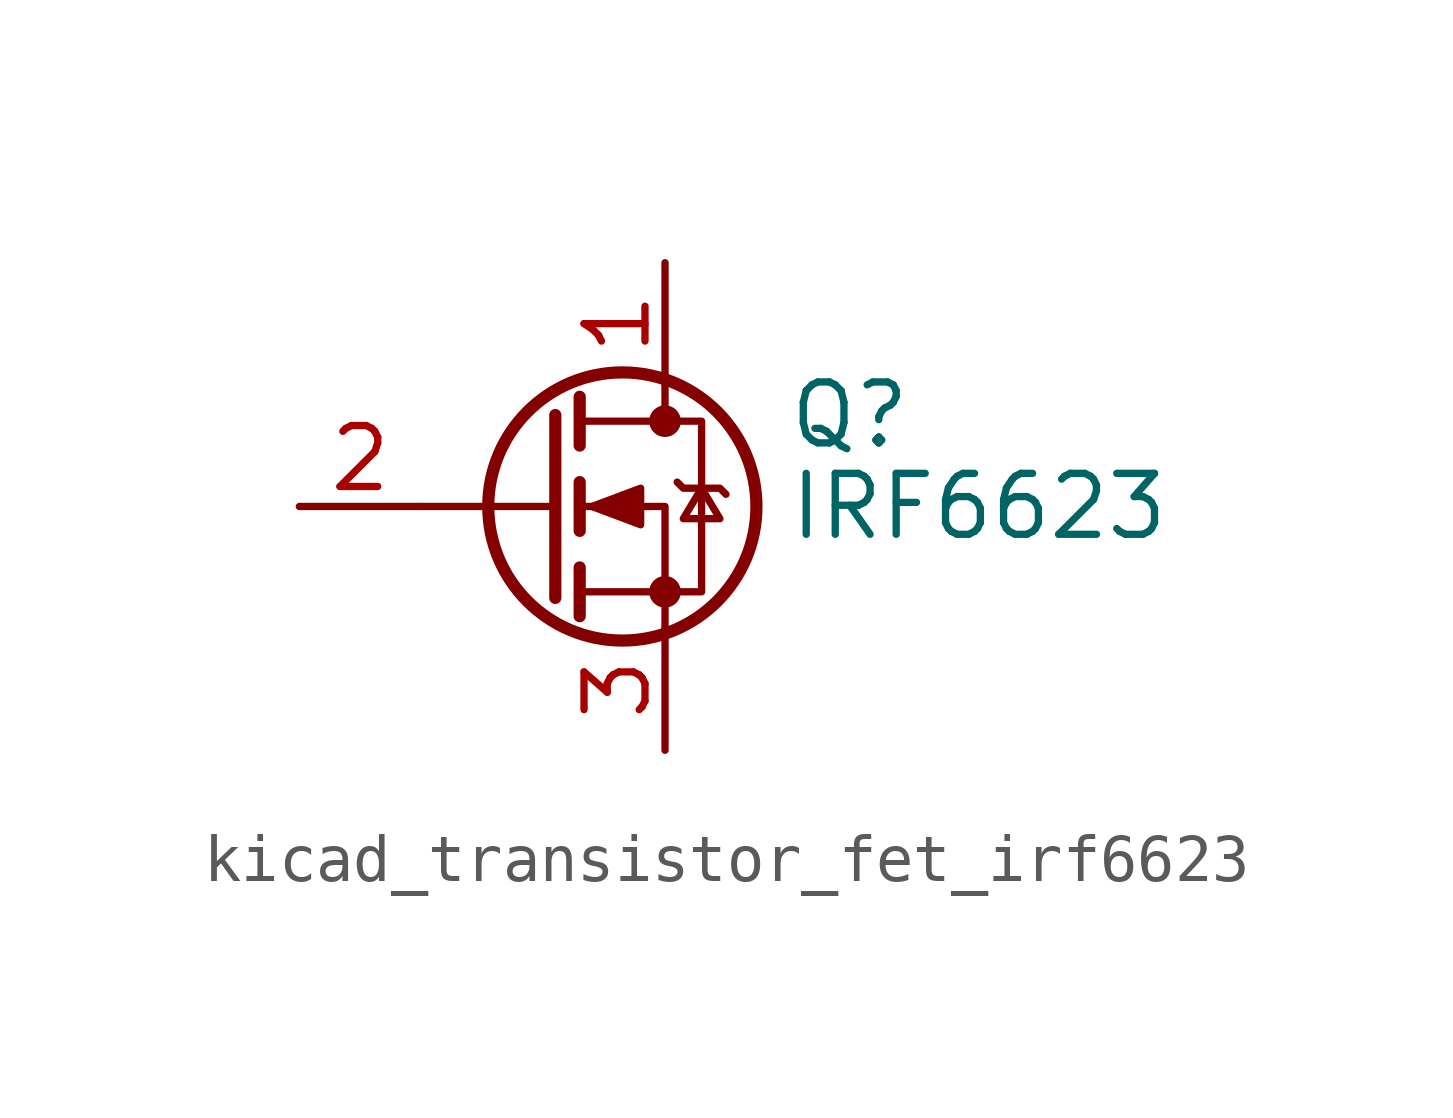
<source format=kicad_sym>
(kicad_symbol_lib
  (version 20220914)
  (generator kicad_symbol_editor)
  (symbol "kicad_transistor_fet_irf6623"
    (pin_names hide)
    (property "Reference" "Q"
      (at 5.08 1.905 0)
      (effects (font (size 1.27 1.27)) (justify left)))
    (property "Value" "IRF6623"
      (at 5.08 0 0)
      (effects (font (size 1.27 1.27)) (justify left)))
    (symbol "kicad_transistor_fet_irf6623_0_1"
      (polyline (pts (xy 0.254 0) (xy -2.54 0)) (stroke (width 0) (type default)) (fill (type none)))
      (polyline (pts (xy 0.254 1.905) (xy 0.254 -1.905)) (stroke (width 0.254) (type default)) (fill (type none)))
      (polyline (pts (xy 0.762 -1.27) (xy 0.762 -2.286)) (stroke (width 0.254) (type default)) (fill (type none)))
      (polyline (pts (xy 0.762 0.508) (xy 0.762 -0.508)) (stroke (width 0.254) (type default)) (fill (type none)))
      (polyline (pts (xy 0.762 2.286) (xy 0.762 1.27)) (stroke (width 0.254) (type default)) (fill (type none)))
      (polyline (pts (xy 2.54 2.54) (xy 2.54 1.778)) (stroke (width 0) (type default)) (fill (type none)))
      (polyline (pts (xy 2.54 -2.54) (xy 2.54 0) (xy 0.762 0)) (stroke (width 0) (type default)) (fill (type none)))
      (polyline (pts (xy 0.762 -1.778) (xy 3.302 -1.778) (xy 3.302 1.778) (xy 0.762 1.778)) (stroke (width 0) (type default)) (fill (type none)))
      (polyline (pts (xy 1.016 0) (xy 2.032 0.381) (xy 2.032 -0.381) (xy 1.016 0)) (stroke (width 0) (type default)) (fill (type outline)))
      (polyline (pts (xy 2.794 0.508) (xy 2.921 0.381) (xy 3.683 0.381) (xy 3.81 0.254)) (stroke (width 0) (type default)) (fill (type none)))
      (polyline (pts (xy 3.302 0.381) (xy 2.921 -0.254) (xy 3.683 -0.254) (xy 3.302 0.381)) (stroke (width 0) (type default)) (fill (type none)))
      (circle (center 1.651 0) (radius 2.794) (stroke (width 0.254) (type default)) (fill (type none)))
      (circle (center 2.54 -1.778) (radius 0.254) (stroke (width 0) (type default)) (fill (type outline)))
      (circle (center 2.54 1.778) (radius 0.254) (stroke (width 0) (type default)) (fill (type outline))))
    (symbol "kicad_transistor_fet_irf6623_1_1"
      (pin passive line (at 2.54 5.08 270) (length 2.54) (name "D" (effects (font (size 1.27 1.27)))) (number "1" (effects (font (size 1.27 1.27)))))
      (pin input line (at -5.08 0 0) (length 2.54) (name "G" (effects (font (size 1.27 1.27)))) (number "2" (effects (font (size 1.27 1.27)))))
      (pin passive line (at 2.54 -5.08 90) (length 2.54) (name "S" (effects (font (size 1.27 1.27)))) (number "3" (effects (font (size 1.27 1.27))))))))
</source>
